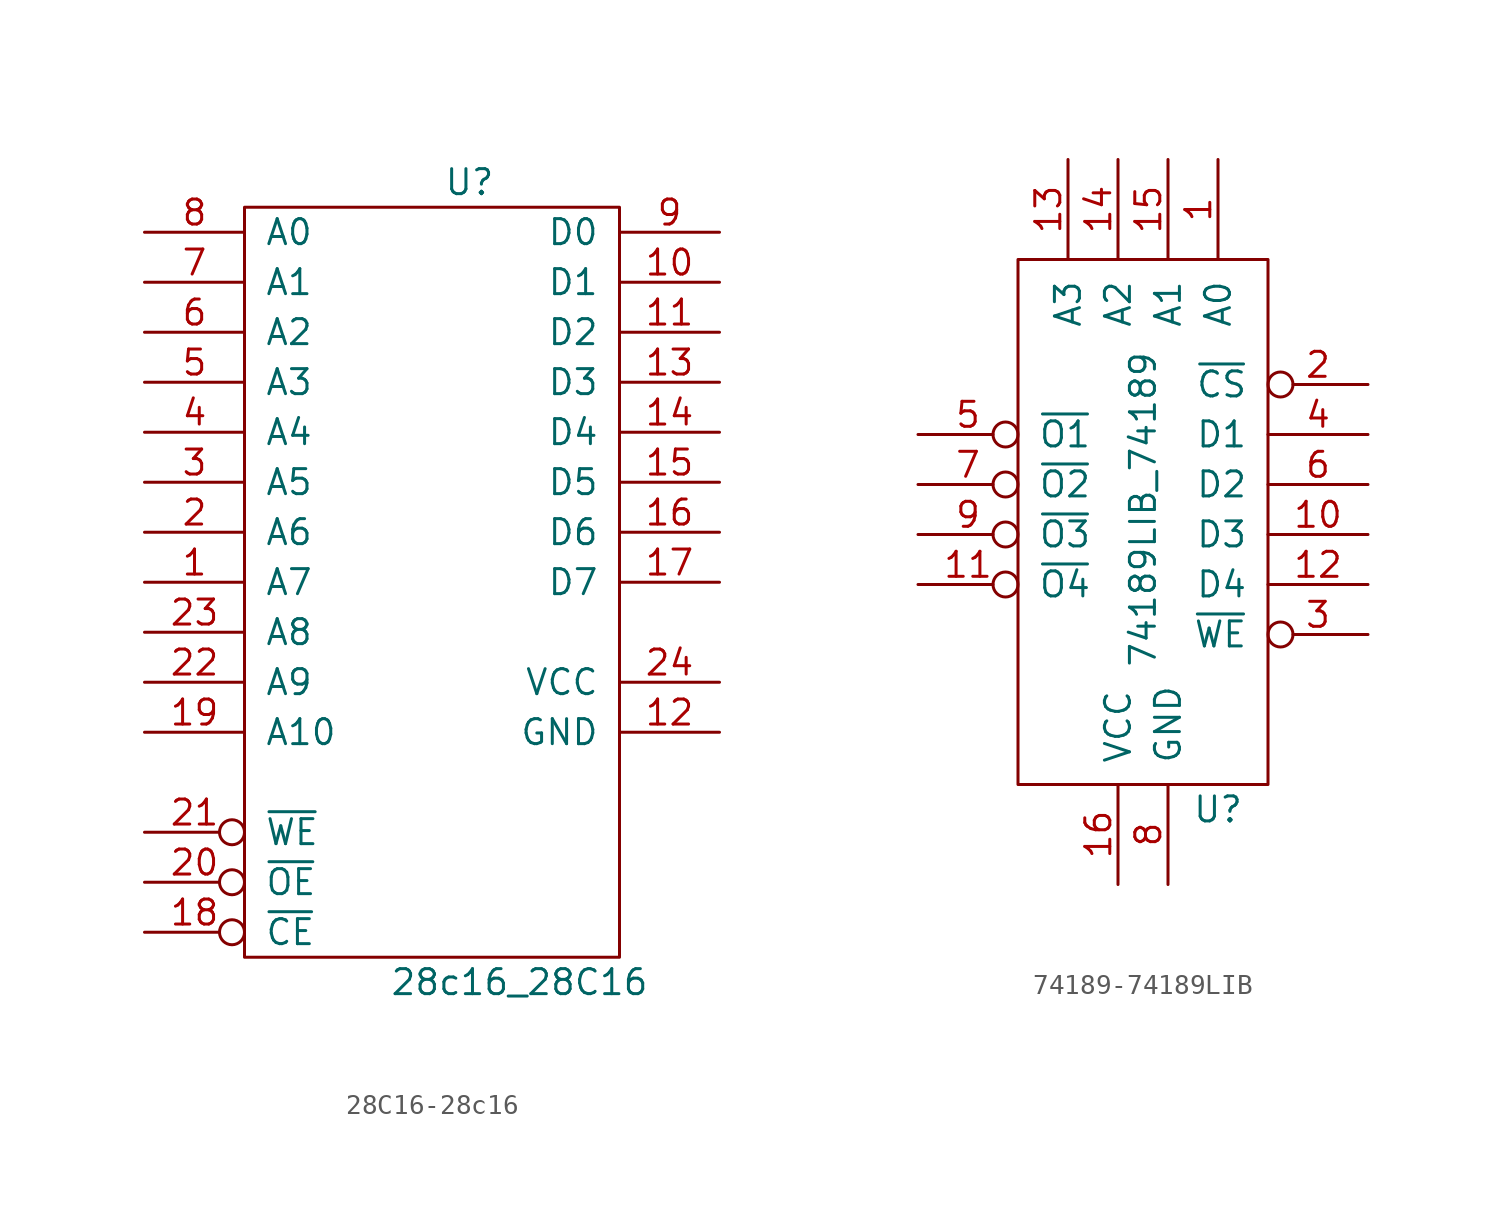
<source format=kicad_sym>
(kicad_symbol_lib
  (version 20220914)
  (generator kicad_symbol_editor)
  (symbol "28C16-28c16"
    (pin_names
      (offset 1.016))
    (property "Reference" "U"
      (at 1.27 16.51 0)
      (effects (font (size 1.27 1.27))))
    (property "Value" "28c16_28C16"
      (at 3.81 -24.13 0)
      (effects (font (size 1.27 1.27))))
    (symbol "28C16-28c16_0_1"
      (rectangle (start -10.16 15.24) (end 8.89 -22.86) (stroke (width 0) (type solid)) (fill (type none))))
    (symbol "28C16-28c16_1_1"
      (pin output line (at -15.24 -3.81 0) (length 5.08) (name "A7" (effects (font (size 1.27 1.27)))) (number "1" (effects (font (size 1.27 1.27)))))
      (pin output line (at 13.97 11.43 180) (length 5.08) (name "D1" (effects (font (size 1.27 1.27)))) (number "10" (effects (font (size 1.27 1.27)))))
      (pin output line (at 13.97 8.89 180) (length 5.08) (name "D2" (effects (font (size 1.27 1.27)))) (number "11" (effects (font (size 1.27 1.27)))))
      (pin output line (at 13.97 -11.43 180) (length 5.08) (name "GND" (effects (font (size 1.27 1.27)))) (number "12" (effects (font (size 1.27 1.27)))))
      (pin output line (at 13.97 6.35 180) (length 5.08) (name "D3" (effects (font (size 1.27 1.27)))) (number "13" (effects (font (size 1.27 1.27)))))
      (pin output line (at 13.97 3.81 180) (length 5.08) (name "D4" (effects (font (size 1.27 1.27)))) (number "14" (effects (font (size 1.27 1.27)))))
      (pin output line (at 13.97 1.27 180) (length 5.08) (name "D5" (effects (font (size 1.27 1.27)))) (number "15" (effects (font (size 1.27 1.27)))))
      (pin output line (at 13.97 -1.27 180) (length 5.08) (name "D6" (effects (font (size 1.27 1.27)))) (number "16" (effects (font (size 1.27 1.27)))))
      (pin output line (at 13.97 -3.81 180) (length 5.08) (name "D7" (effects (font (size 1.27 1.27)))) (number "17" (effects (font (size 1.27 1.27)))))
      (pin output inverted (at -15.24 -21.59 0) (length 5.08) (name "~{CE}" (effects (font (size 1.27 1.27)))) (number "18" (effects (font (size 1.27 1.27)))))
      (pin output line (at -15.24 -11.43 0) (length 5.08) (name "A10" (effects (font (size 1.27 1.27)))) (number "19" (effects (font (size 1.27 1.27)))))
      (pin output line (at -15.24 -1.27 0) (length 5.08) (name "A6" (effects (font (size 1.27 1.27)))) (number "2" (effects (font (size 1.27 1.27)))))
      (pin output inverted (at -15.24 -19.05 0) (length 5.08) (name "~{OE}" (effects (font (size 1.27 1.27)))) (number "20" (effects (font (size 1.27 1.27)))))
      (pin output inverted (at -15.24 -16.51 0) (length 5.08) (name "~{WE}" (effects (font (size 1.27 1.27)))) (number "21" (effects (font (size 1.27 1.27)))))
      (pin output line (at -15.24 -8.89 0) (length 5.08) (name "A9" (effects (font (size 1.27 1.27)))) (number "22" (effects (font (size 1.27 1.27)))))
      (pin output line (at -15.24 -6.35 0) (length 5.08) (name "A8" (effects (font (size 1.27 1.27)))) (number "23" (effects (font (size 1.27 1.27)))))
      (pin output line (at 13.97 -8.89 180) (length 5.08) (name "VCC" (effects (font (size 1.27 1.27)))) (number "24" (effects (font (size 1.27 1.27)))))
      (pin output line (at -15.24 1.27 0) (length 5.08) (name "A5" (effects (font (size 1.27 1.27)))) (number "3" (effects (font (size 1.27 1.27)))))
      (pin output line (at -15.24 3.81 0) (length 5.08) (name "A4" (effects (font (size 1.27 1.27)))) (number "4" (effects (font (size 1.27 1.27)))))
      (pin output line (at -15.24 6.35 0) (length 5.08) (name "A3" (effects (font (size 1.27 1.27)))) (number "5" (effects (font (size 1.27 1.27)))))
      (pin output line (at -15.24 8.89 0) (length 5.08) (name "A2" (effects (font (size 1.27 1.27)))) (number "6" (effects (font (size 1.27 1.27)))))
      (pin output line (at -15.24 11.43 0) (length 5.08) (name "A1" (effects (font (size 1.27 1.27)))) (number "7" (effects (font (size 1.27 1.27)))))
      (pin output line (at -15.24 13.97 0) (length 5.08) (name "A0" (effects (font (size 1.27 1.27)))) (number "8" (effects (font (size 1.27 1.27)))))
      (pin output line (at 13.97 13.97 180) (length 5.08) (name "D0" (effects (font (size 1.27 1.27)))) (number "9" (effects (font (size 1.27 1.27)))))))
  (symbol "74189-74189LIB"
    (pin_names
      (offset 1.016))
    (property "Reference" "U"
      (at 3.81 -15.24 0)
      (effects (font (size 1.27 1.27))))
    (property "Value" "74189LIB_74189"
      (at 0 0 90)
      (effects (font (size 1.27 1.27))))
    (symbol "74189-74189LIB_0_1"
      (rectangle (start -6.35 12.7) (end 6.35 -13.97) (stroke (width 0) (type solid)) (fill (type none))))
    (symbol "74189-74189LIB_1_1"
      (pin input line (at 3.81 17.78 270) (length 5.08) (name "A0" (effects (font (size 1.27 1.27)))) (number "1" (effects (font (size 1.27 1.27)))))
      (pin input line (at 11.43 -1.27 180) (length 5.08) (name "D3" (effects (font (size 1.27 1.27)))) (number "10" (effects (font (size 1.27 1.27)))))
      (pin output inverted (at -11.43 -3.81 0) (length 5.08) (name "~{O4}" (effects (font (size 1.27 1.27)))) (number "11" (effects (font (size 1.27 1.27)))))
      (pin input line (at 11.43 -3.81 180) (length 5.08) (name "D4" (effects (font (size 1.27 1.27)))) (number "12" (effects (font (size 1.27 1.27)))))
      (pin input line (at -3.81 17.78 270) (length 5.08) (name "A3" (effects (font (size 1.27 1.27)))) (number "13" (effects (font (size 1.27 1.27)))))
      (pin input line (at -1.27 17.78 270) (length 5.08) (name "A2" (effects (font (size 1.27 1.27)))) (number "14" (effects (font (size 1.27 1.27)))))
      (pin input line (at 1.27 17.78 270) (length 5.08) (name "A1" (effects (font (size 1.27 1.27)))) (number "15" (effects (font (size 1.27 1.27)))))
      (pin input line (at -1.27 -19.05 90) (length 5.08) (name "VCC" (effects (font (size 1.27 1.27)))) (number "16" (effects (font (size 1.27 1.27)))))
      (pin input inverted (at 11.43 6.35 180) (length 5.08) (name "~{CS}" (effects (font (size 1.27 1.27)))) (number "2" (effects (font (size 1.27 1.27)))))
      (pin input inverted (at 11.43 -6.35 180) (length 5.08) (name "~{WE}" (effects (font (size 1.27 1.27)))) (number "3" (effects (font (size 1.27 1.27)))))
      (pin input line (at 11.43 3.81 180) (length 5.08) (name "D1" (effects (font (size 1.27 1.27)))) (number "4" (effects (font (size 1.27 1.27)))))
      (pin output inverted (at -11.43 3.81 0) (length 5.08) (name "~{O1}" (effects (font (size 1.27 1.27)))) (number "5" (effects (font (size 1.27 1.27)))))
      (pin input line (at 11.43 1.27 180) (length 5.08) (name "D2" (effects (font (size 1.27 1.27)))) (number "6" (effects (font (size 1.27 1.27)))))
      (pin output inverted (at -11.43 1.27 0) (length 5.08) (name "~{O2}" (effects (font (size 1.27 1.27)))) (number "7" (effects (font (size 1.27 1.27)))))
      (pin input line (at 1.27 -19.05 90) (length 5.08) (name "GND" (effects (font (size 1.27 1.27)))) (number "8" (effects (font (size 1.27 1.27)))))
      (pin output inverted (at -11.43 -1.27 0) (length 5.08) (name "~{O3}" (effects (font (size 1.27 1.27)))) (number "9" (effects (font (size 1.27 1.27))))))))
</source>
